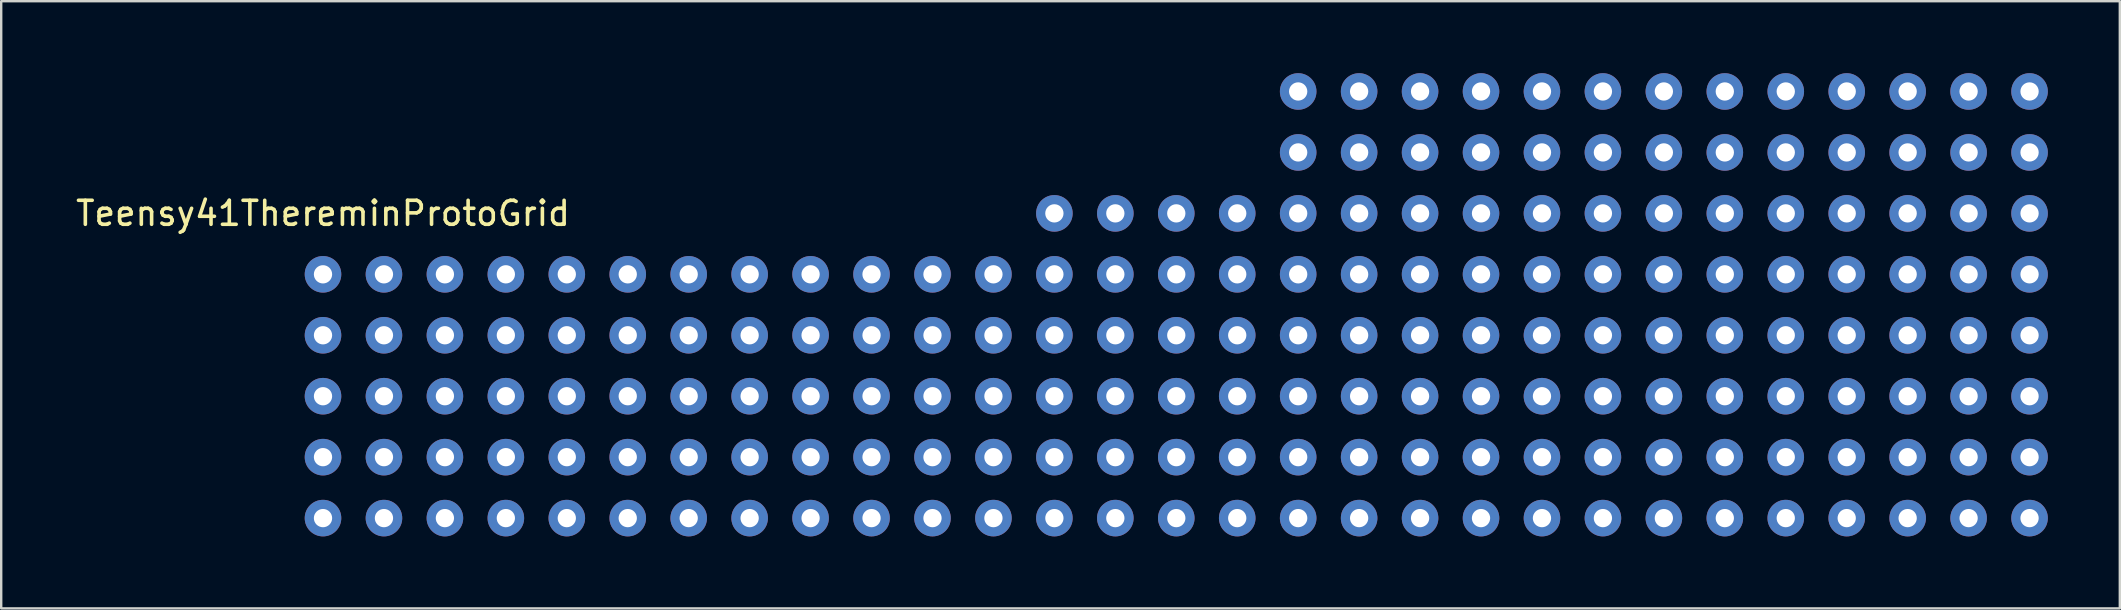
<source format=kicad_pcb>
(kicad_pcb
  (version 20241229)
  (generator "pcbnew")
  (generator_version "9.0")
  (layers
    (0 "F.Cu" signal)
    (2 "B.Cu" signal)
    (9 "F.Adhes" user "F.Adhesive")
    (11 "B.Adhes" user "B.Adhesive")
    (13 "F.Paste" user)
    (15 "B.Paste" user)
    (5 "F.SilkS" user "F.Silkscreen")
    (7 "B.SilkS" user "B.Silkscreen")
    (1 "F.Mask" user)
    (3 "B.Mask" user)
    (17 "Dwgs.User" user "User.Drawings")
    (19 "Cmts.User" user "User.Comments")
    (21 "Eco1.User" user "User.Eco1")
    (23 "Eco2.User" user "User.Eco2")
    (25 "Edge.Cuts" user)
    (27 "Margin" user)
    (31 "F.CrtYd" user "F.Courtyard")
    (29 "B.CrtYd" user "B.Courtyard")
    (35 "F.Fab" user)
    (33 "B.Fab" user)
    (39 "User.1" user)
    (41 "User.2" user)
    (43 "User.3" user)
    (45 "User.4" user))
  (footprint "Teensy41ThereminProtoGrid"
    (layer "F.Cu")
    (at 10.411 8.382)
    (property "Reference" "Teensy41ThereminProtoGrid" (at 0 -2.54 0) (layer "F.SilkS") (effects (font (size 1 1) (thickness 0.15))))
    (attr through_hole)
    (pad "" thru_hole circle (at 0 2.54) (size 1.524 1.524) (drill 0.762) (layers "*.Cu" "*.Mask"))
    (pad "" thru_hole circle (at 0 5.08) (size 1.524 1.524) (drill 0.762) (layers "*.Cu" "*.Mask"))
    (pad "" thru_hole circle (at 0 7.62) (size 1.524 1.524) (drill 0.762) (layers "*.Cu" "*.Mask"))
    (pad "" thru_hole circle (at 0 10.16) (size 1.524 1.524) (drill 0.762) (layers "*.Cu" "*.Mask"))
    (pad "" thru_hole circle (at 2.54 0) (size 1.524 1.524) (drill 0.762) (layers "*.Cu" "*.Mask"))
    (pad "" thru_hole circle (at 10.16 0) (size 1.524 1.524) (drill 0.762) (layers "*.Cu" "*.Mask"))
    (pad "" thru_hole circle (at 17.78 0) (size 1.524 1.524) (drill 0.762) (layers "*.Cu" "*.Mask"))
    (pad "" thru_hole circle (at 25.4 0) (size 1.524 1.524) (drill 0.762) (layers "*.Cu" "*.Mask"))
    (pad "" thru_hole circle (at 33.02 -2.54) (size 1.524 1.524) (drill 0.762) (layers "*.Cu" "*.Mask"))
    (pad "" thru_hole circle (at 33.02 0) (size 1.524 1.524) (drill 0.762) (layers "*.Cu" "*.Mask"))
    (pad "" thru_hole circle (at 40.64 -2.54) (size 1.524 1.524) (drill 0.762) (layers "*.Cu" "*.Mask"))
    (pad "" thru_hole circle (at 40.64 0) (size 1.524 1.524) (drill 0.762) (layers "*.Cu" "*.Mask"))
    (pad "" thru_hole circle (at 45.72 -7.62) (size 1.524 1.524) (drill 0.762) (layers "*.Cu" "*.Mask"))
    (pad "" thru_hole circle (at 45.72 -5.08) (size 1.524 1.524) (drill 0.762) (layers "*.Cu" "*.Mask"))
    (pad "" thru_hole circle (at 50.8 -7.62) (size 1.524 1.524) (drill 0.762) (layers "*.Cu" "*.Mask"))
    (pad "" thru_hole circle (at 50.8 -5.08) (size 1.524 1.524) (drill 0.762) (layers "*.Cu" "*.Mask"))
    (pad "" thru_hole circle (at 50.8 -2.54) (size 1.524 1.524) (drill 0.762) (layers "*.Cu" "*.Mask"))
    (pad "" thru_hole circle (at 50.8 0) (size 1.524 1.524) (drill 0.762) (layers "*.Cu" "*.Mask"))
    (pad "" thru_hole circle (at 58.42 -7.62) (size 1.524 1.524) (drill 0.762) (layers "*.Cu" "*.Mask"))
    (pad "" thru_hole circle (at 58.42 -5.08) (size 1.524 1.524) (drill 0.762) (layers "*.Cu" "*.Mask"))
    (pad "" thru_hole circle (at 58.42 -2.54) (size 1.524 1.524) (drill 0.762) (layers "*.Cu" "*.Mask"))
    (pad "" thru_hole circle (at 58.42 0) (size 1.524 1.524) (drill 0.762) (layers "*.Cu" "*.Mask"))
    (pad "" thru_hole circle (at 66.04 -7.62) (size 1.524 1.524) (drill 0.762) (layers "*.Cu" "*.Mask"))
    (pad "" thru_hole circle (at 66.04 -5.08) (size 1.524 1.524) (drill 0.762) (layers "*.Cu" "*.Mask"))
    (pad "" thru_hole circle (at 66.04 -2.54) (size 1.524 1.524) (drill 0.762) (layers "*.Cu" "*.Mask"))
    (pad "" thru_hole circle (at 66.04 0) (size 1.524 1.524) (drill 0.762) (layers "*.Cu" "*.Mask"))
    (pad "1" thru_hole circle (at 0 0) (size 1.524 1.524) (drill 0.762) (layers "*.Cu" "*.Mask"))
    (pad "~" thru_hole circle (at 2.54 2.54) (size 1.524 1.524) (drill 0.762) (layers "*.Cu" "*.Mask"))
    (pad "~" thru_hole circle (at 2.54 5.08) (size 1.524 1.524) (drill 0.762) (layers "*.Cu" "*.Mask"))
    (pad "~" thru_hole circle (at 2.54 7.62) (size 1.524 1.524) (drill 0.762) (layers "*.Cu" "*.Mask"))
    (pad "~" thru_hole circle (at 2.54 10.16) (size 1.524 1.524) (drill 0.762) (layers "*.Cu" "*.Mask"))
    (pad "~" thru_hole circle (at 5.08 0) (size 1.524 1.524) (drill 0.762) (layers "*.Cu" "*.Mask"))
    (pad "~" thru_hole circle (at 5.08 2.54) (size 1.524 1.524) (drill 0.762) (layers "*.Cu" "*.Mask"))
    (pad "~" thru_hole circle (at 5.08 5.08) (size 1.524 1.524) (drill 0.762) (layers "*.Cu" "*.Mask"))
    (pad "~" thru_hole circle (at 5.08 7.62) (size 1.524 1.524) (drill 0.762) (layers "*.Cu" "*.Mask"))
    (pad "~" thru_hole circle (at 5.08 10.16) (size 1.524 1.524) (drill 0.762) (layers "*.Cu" "*.Mask"))
    (pad "~" thru_hole circle (at 7.62 0) (size 1.524 1.524) (drill 0.762) (layers "*.Cu" "*.Mask"))
    (pad "~" thru_hole circle (at 7.62 2.54) (size 1.524 1.524) (drill 0.762) (layers "*.Cu" "*.Mask"))
    (pad "~" thru_hole circle (at 7.62 5.08) (size 1.524 1.524) (drill 0.762) (layers "*.Cu" "*.Mask"))
    (pad "~" thru_hole circle (at 7.62 7.62) (size 1.524 1.524) (drill 0.762) (layers "*.Cu" "*.Mask"))
    (pad "~" thru_hole circle (at 7.62 10.16) (size 1.524 1.524) (drill 0.762) (layers "*.Cu" "*.Mask"))
    (pad "~" thru_hole circle (at 10.16 2.54) (size 1.524 1.524) (drill 0.762) (layers "*.Cu" "*.Mask"))
    (pad "~" thru_hole circle (at 10.16 5.08) (size 1.524 1.524) (drill 0.762) (layers "*.Cu" "*.Mask"))
    (pad "~" thru_hole circle (at 10.16 7.62) (size 1.524 1.524) (drill 0.762) (layers "*.Cu" "*.Mask"))
    (pad "~" thru_hole circle (at 10.16 10.16) (size 1.524 1.524) (drill 0.762) (layers "*.Cu" "*.Mask"))
    (pad "~" thru_hole circle (at 12.7 0) (size 1.524 1.524) (drill 0.762) (layers "*.Cu" "*.Mask"))
    (pad "~" thru_hole circle (at 12.7 2.54) (size 1.524 1.524) (drill 0.762) (layers "*.Cu" "*.Mask"))
    (pad "~" thru_hole circle (at 12.7 5.08) (size 1.524 1.524) (drill 0.762) (layers "*.Cu" "*.Mask"))
    (pad "~" thru_hole circle (at 12.7 7.62) (size 1.524 1.524) (drill 0.762) (layers "*.Cu" "*.Mask"))
    (pad "~" thru_hole circle (at 12.7 10.16) (size 1.524 1.524) (drill 0.762) (layers "*.Cu" "*.Mask"))
    (pad "~" thru_hole circle (at 15.24 0) (size 1.524 1.524) (drill 0.762) (layers "*.Cu" "*.Mask"))
    (pad "~" thru_hole circle (at 15.24 2.54) (size 1.524 1.524) (drill 0.762) (layers "*.Cu" "*.Mask"))
    (pad "~" thru_hole circle (at 15.24 5.08) (size 1.524 1.524) (drill 0.762) (layers "*.Cu" "*.Mask"))
    (pad "~" thru_hole circle (at 15.24 7.62) (size 1.524 1.524) (drill 0.762) (layers "*.Cu" "*.Mask"))
    (pad "~" thru_hole circle (at 15.24 10.16) (size 1.524 1.524) (drill 0.762) (layers "*.Cu" "*.Mask"))
    (pad "~" thru_hole circle (at 17.78 2.54) (size 1.524 1.524) (drill 0.762) (layers "*.Cu" "*.Mask"))
    (pad "~" thru_hole circle (at 17.78 5.08) (size 1.524 1.524) (drill 0.762) (layers "*.Cu" "*.Mask"))
    (pad "~" thru_hole circle (at 17.78 7.62) (size 1.524 1.524) (drill 0.762) (layers "*.Cu" "*.Mask"))
    (pad "~" thru_hole circle (at 17.78 10.16) (size 1.524 1.524) (drill 0.762) (layers "*.Cu" "*.Mask"))
    (pad "~" thru_hole circle (at 20.32 0) (size 1.524 1.524) (drill 0.762) (layers "*.Cu" "*.Mask"))
    (pad "~" thru_hole circle (at 20.32 2.54) (size 1.524 1.524) (drill 0.762) (layers "*.Cu" "*.Mask"))
    (pad "~" thru_hole circle (at 20.32 5.08) (size 1.524 1.524) (drill 0.762) (layers "*.Cu" "*.Mask"))
    (pad "~" thru_hole circle (at 20.32 7.62) (size 1.524 1.524) (drill 0.762) (layers "*.Cu" "*.Mask"))
    (pad "~" thru_hole circle (at 20.32 10.16) (size 1.524 1.524) (drill 0.762) (layers "*.Cu" "*.Mask"))
    (pad "~" thru_hole circle (at 22.86 0) (size 1.524 1.524) (drill 0.762) (layers "*.Cu" "*.Mask"))
    (pad "~" thru_hole circle (at 22.86 2.54) (size 1.524 1.524) (drill 0.762) (layers "*.Cu" "*.Mask"))
    (pad "~" thru_hole circle (at 22.86 5.08) (size 1.524 1.524) (drill 0.762) (layers "*.Cu" "*.Mask"))
    (pad "~" thru_hole circle (at 22.86 7.62) (size 1.524 1.524) (drill 0.762) (layers "*.Cu" "*.Mask"))
    (pad "~" thru_hole circle (at 22.86 10.16) (size 1.524 1.524) (drill 0.762) (layers "*.Cu" "*.Mask"))
    (pad "~" thru_hole circle (at 25.4 2.54) (size 1.524 1.524) (drill 0.762) (layers "*.Cu" "*.Mask"))
    (pad "~" thru_hole circle (at 25.4 5.08) (size 1.524 1.524) (drill 0.762) (layers "*.Cu" "*.Mask"))
    (pad "~" thru_hole circle (at 25.4 7.62) (size 1.524 1.524) (drill 0.762) (layers "*.Cu" "*.Mask"))
    (pad "~" thru_hole circle (at 25.4 10.16) (size 1.524 1.524) (drill 0.762) (layers "*.Cu" "*.Mask"))
    (pad "~" thru_hole circle (at 27.94 0) (size 1.524 1.524) (drill 0.762) (layers "*.Cu" "*.Mask"))
    (pad "~" thru_hole circle (at 27.94 2.54) (size 1.524 1.524) (drill 0.762) (layers "*.Cu" "*.Mask"))
    (pad "~" thru_hole circle (at 27.94 5.08) (size 1.524 1.524) (drill 0.762) (layers "*.Cu" "*.Mask"))
    (pad "~" thru_hole circle (at 27.94 7.62) (size 1.524 1.524) (drill 0.762) (layers "*.Cu" "*.Mask"))
    (pad "~" thru_hole circle (at 27.94 10.16) (size 1.524 1.524) (drill 0.762) (layers "*.Cu" "*.Mask"))
    (pad "~" thru_hole circle (at 30.48 -2.54) (size 1.524 1.524) (drill 0.762) (layers "*.Cu" "*.Mask"))
    (pad "~" thru_hole circle (at 30.48 0) (size 1.524 1.524) (drill 0.762) (layers "*.Cu" "*.Mask"))
    (pad "~" thru_hole circle (at 30.48 2.54) (size 1.524 1.524) (drill 0.762) (layers "*.Cu" "*.Mask"))
    (pad "~" thru_hole circle (at 30.48 5.08) (size 1.524 1.524) (drill 0.762) (layers "*.Cu" "*.Mask"))
    (pad "~" thru_hole circle (at 30.48 7.62) (size 1.524 1.524) (drill 0.762) (layers "*.Cu" "*.Mask"))
    (pad "~" thru_hole circle (at 30.48 10.16) (size 1.524 1.524) (drill 0.762) (layers "*.Cu" "*.Mask"))
    (pad "~" thru_hole circle (at 33.02 2.54) (size 1.524 1.524) (drill 0.762) (layers "*.Cu" "*.Mask"))
    (pad "~" thru_hole circle (at 33.02 5.08) (size 1.524 1.524) (drill 0.762) (layers "*.Cu" "*.Mask"))
    (pad "~" thru_hole circle (at 33.02 7.62) (size 1.524 1.524) (drill 0.762) (layers "*.Cu" "*.Mask"))
    (pad "~" thru_hole circle (at 33.02 10.16) (size 1.524 1.524) (drill 0.762) (layers "*.Cu" "*.Mask"))
    (pad "~" thru_hole circle (at 35.56 -2.54) (size 1.524 1.524) (drill 0.762) (layers "*.Cu" "*.Mask"))
    (pad "~" thru_hole circle (at 35.56 0) (size 1.524 1.524) (drill 0.762) (layers "*.Cu" "*.Mask"))
    (pad "~" thru_hole circle (at 35.56 2.54) (size 1.524 1.524) (drill 0.762) (layers "*.Cu" "*.Mask"))
    (pad "~" thru_hole circle (at 35.56 5.08) (size 1.524 1.524) (drill 0.762) (layers "*.Cu" "*.Mask"))
    (pad "~" thru_hole circle (at 35.56 7.62) (size 1.524 1.524) (drill 0.762) (layers "*.Cu" "*.Mask"))
    (pad "~" thru_hole circle (at 35.56 10.16) (size 1.524 1.524) (drill 0.762) (layers "*.Cu" "*.Mask"))
    (pad "~" thru_hole circle (at 38.1 -2.54) (size 1.524 1.524) (drill 0.762) (layers "*.Cu" "*.Mask"))
    (pad "~" thru_hole circle (at 38.1 0) (size 1.524 1.524) (drill 0.762) (layers "*.Cu" "*.Mask"))
    (pad "~" thru_hole circle (at 38.1 2.54) (size 1.524 1.524) (drill 0.762) (layers "*.Cu" "*.Mask"))
    (pad "~" thru_hole circle (at 38.1 5.08) (size 1.524 1.524) (drill 0.762) (layers "*.Cu" "*.Mask"))
    (pad "~" thru_hole circle (at 38.1 7.62) (size 1.524 1.524) (drill 0.762) (layers "*.Cu" "*.Mask"))
    (pad "~" thru_hole circle (at 38.1 10.16) (size 1.524 1.524) (drill 0.762) (layers "*.Cu" "*.Mask"))
    (pad "~" thru_hole circle (at 40.64 -7.62) (size 1.524 1.524) (drill 0.762) (layers "*.Cu" "*.Mask"))
    (pad "~" thru_hole circle (at 40.64 -5.08) (size 1.524 1.524) (drill 0.762) (layers "*.Cu" "*.Mask"))
    (pad "~" thru_hole circle (at 40.64 2.54) (size 1.524 1.524) (drill 0.762) (layers "*.Cu" "*.Mask"))
    (pad "~" thru_hole circle (at 40.64 5.08) (size 1.524 1.524) (drill 0.762) (layers "*.Cu" "*.Mask"))
    (pad "~" thru_hole circle (at 40.64 7.62) (size 1.524 1.524) (drill 0.762) (layers "*.Cu" "*.Mask"))
    (pad "~" thru_hole circle (at 40.64 10.16) (size 1.524 1.524) (drill 0.762) (layers "*.Cu" "*.Mask"))
    (pad "~" thru_hole circle (at 43.18 -7.62) (size 1.524 1.524) (drill 0.762) (layers "*.Cu" "*.Mask"))
    (pad "~" thru_hole circle (at 43.18 -5.08) (size 1.524 1.524) (drill 0.762) (layers "*.Cu" "*.Mask"))
    (pad "~" thru_hole circle (at 43.18 -2.54) (size 1.524 1.524) (drill 0.762) (layers "*.Cu" "*.Mask"))
    (pad "~" thru_hole circle (at 43.18 0) (size 1.524 1.524) (drill 0.762) (layers "*.Cu" "*.Mask"))
    (pad "~" thru_hole circle (at 43.18 2.54) (size 1.524 1.524) (drill 0.762) (layers "*.Cu" "*.Mask"))
    (pad "~" thru_hole circle (at 43.18 5.08) (size 1.524 1.524) (drill 0.762) (layers "*.Cu" "*.Mask"))
    (pad "~" thru_hole circle (at 43.18 7.62) (size 1.524 1.524) (drill 0.762) (layers "*.Cu" "*.Mask"))
    (pad "~" thru_hole circle (at 43.18 10.16) (size 1.524 1.524) (drill 0.762) (layers "*.Cu" "*.Mask"))
    (pad "~" thru_hole circle (at 45.72 -2.54) (size 1.524 1.524) (drill 0.762) (layers "*.Cu" "*.Mask"))
    (pad "~" thru_hole circle (at 45.72 0) (size 1.524 1.524) (drill 0.762) (layers "*.Cu" "*.Mask"))
    (pad "~" thru_hole circle (at 45.72 2.54) (size 1.524 1.524) (drill 0.762) (layers "*.Cu" "*.Mask"))
    (pad "~" thru_hole circle (at 45.72 5.08) (size 1.524 1.524) (drill 0.762) (layers "*.Cu" "*.Mask"))
    (pad "~" thru_hole circle (at 45.72 7.62) (size 1.524 1.524) (drill 0.762) (layers "*.Cu" "*.Mask"))
    (pad "~" thru_hole circle (at 45.72 10.16) (size 1.524 1.524) (drill 0.762) (layers "*.Cu" "*.Mask"))
    (pad "~" thru_hole circle (at 48.26 -7.62) (size 1.524 1.524) (drill 0.762) (layers "*.Cu" "*.Mask"))
    (pad "~" thru_hole circle (at 48.26 -5.08) (size 1.524 1.524) (drill 0.762) (layers "*.Cu" "*.Mask"))
    (pad "~" thru_hole circle (at 48.26 -2.54) (size 1.524 1.524) (drill 0.762) (layers "*.Cu" "*.Mask"))
    (pad "~" thru_hole circle (at 48.26 0) (size 1.524 1.524) (drill 0.762) (layers "*.Cu" "*.Mask"))
    (pad "~" thru_hole circle (at 48.26 2.54) (size 1.524 1.524) (drill 0.762) (layers "*.Cu" "*.Mask"))
    (pad "~" thru_hole circle (at 48.26 5.08) (size 1.524 1.524) (drill 0.762) (layers "*.Cu" "*.Mask"))
    (pad "~" thru_hole circle (at 48.26 7.62) (size 1.524 1.524) (drill 0.762) (layers "*.Cu" "*.Mask"))
    (pad "~" thru_hole circle (at 48.26 10.16) (size 1.524 1.524) (drill 0.762) (layers "*.Cu" "*.Mask"))
    (pad "~" thru_hole circle (at 50.8 2.54) (size 1.524 1.524) (drill 0.762) (layers "*.Cu" "*.Mask"))
    (pad "~" thru_hole circle (at 50.8 5.08) (size 1.524 1.524) (drill 0.762) (layers "*.Cu" "*.Mask"))
    (pad "~" thru_hole circle (at 50.8 7.62) (size 1.524 1.524) (drill 0.762) (layers "*.Cu" "*.Mask"))
    (pad "~" thru_hole circle (at 50.8 10.16) (size 1.524 1.524) (drill 0.762) (layers "*.Cu" "*.Mask"))
    (pad "~" thru_hole circle (at 53.34 -7.62) (size 1.524 1.524) (drill 0.762) (layers "*.Cu" "*.Mask"))
    (pad "~" thru_hole circle (at 53.34 -5.08) (size 1.524 1.524) (drill 0.762) (layers "*.Cu" "*.Mask"))
    (pad "~" thru_hole circle (at 53.34 -2.54) (size 1.524 1.524) (drill 0.762) (layers "*.Cu" "*.Mask"))
    (pad "~" thru_hole circle (at 53.34 0) (size 1.524 1.524) (drill 0.762) (layers "*.Cu" "*.Mask"))
    (pad "~" thru_hole circle (at 53.34 2.54) (size 1.524 1.524) (drill 0.762) (layers "*.Cu" "*.Mask"))
    (pad "~" thru_hole circle (at 53.34 5.08) (size 1.524 1.524) (drill 0.762) (layers "*.Cu" "*.Mask"))
    (pad "~" thru_hole circle (at 53.34 7.62) (size 1.524 1.524) (drill 0.762) (layers "*.Cu" "*.Mask"))
    (pad "~" thru_hole circle (at 53.34 10.16) (size 1.524 1.524) (drill 0.762) (layers "*.Cu" "*.Mask"))
    (pad "~" thru_hole circle (at 55.88 -7.62) (size 1.524 1.524) (drill 0.762) (layers "*.Cu" "*.Mask"))
    (pad "~" thru_hole circle (at 55.88 -5.08) (size 1.524 1.524) (drill 0.762) (layers "*.Cu" "*.Mask"))
    (pad "~" thru_hole circle (at 55.88 -2.54) (size 1.524 1.524) (drill 0.762) (layers "*.Cu" "*.Mask"))
    (pad "~" thru_hole circle (at 55.88 0) (size 1.524 1.524) (drill 0.762) (layers "*.Cu" "*.Mask"))
    (pad "~" thru_hole circle (at 55.88 2.54) (size 1.524 1.524) (drill 0.762) (layers "*.Cu" "*.Mask"))
    (pad "~" thru_hole circle (at 55.88 5.08) (size 1.524 1.524) (drill 0.762) (layers "*.Cu" "*.Mask"))
    (pad "~" thru_hole circle (at 55.88 7.62) (size 1.524 1.524) (drill 0.762) (layers "*.Cu" "*.Mask"))
    (pad "~" thru_hole circle (at 55.88 10.16) (size 1.524 1.524) (drill 0.762) (layers "*.Cu" "*.Mask"))
    (pad "~" thru_hole circle (at 58.42 2.54) (size 1.524 1.524) (drill 0.762) (layers "*.Cu" "*.Mask"))
    (pad "~" thru_hole circle (at 58.42 5.08) (size 1.524 1.524) (drill 0.762) (layers "*.Cu" "*.Mask"))
    (pad "~" thru_hole circle (at 58.42 7.62) (size 1.524 1.524) (drill 0.762) (layers "*.Cu" "*.Mask"))
    (pad "~" thru_hole circle (at 58.42 10.16) (size 1.524 1.524) (drill 0.762) (layers "*.Cu" "*.Mask"))
    (pad "~" thru_hole circle (at 60.96 -7.62) (size 1.524 1.524) (drill 0.762) (layers "*.Cu" "*.Mask"))
    (pad "~" thru_hole circle (at 60.96 -5.08) (size 1.524 1.524) (drill 0.762) (layers "*.Cu" "*.Mask"))
    (pad "~" thru_hole circle (at 60.96 -2.54) (size 1.524 1.524) (drill 0.762) (layers "*.Cu" "*.Mask"))
    (pad "~" thru_hole circle (at 60.96 0) (size 1.524 1.524) (drill 0.762) (layers "*.Cu" "*.Mask"))
    (pad "~" thru_hole circle (at 60.96 2.54) (size 1.524 1.524) (drill 0.762) (layers "*.Cu" "*.Mask"))
    (pad "~" thru_hole circle (at 60.96 5.08) (size 1.524 1.524) (drill 0.762) (layers "*.Cu" "*.Mask"))
    (pad "~" thru_hole circle (at 60.96 7.62) (size 1.524 1.524) (drill 0.762) (layers "*.Cu" "*.Mask"))
    (pad "~" thru_hole circle (at 60.96 10.16) (size 1.524 1.524) (drill 0.762) (layers "*.Cu" "*.Mask"))
    (pad "~" thru_hole circle (at 63.5 -7.62) (size 1.524 1.524) (drill 0.762) (layers "*.Cu" "*.Mask"))
    (pad "~" thru_hole circle (at 63.5 -5.08) (size 1.524 1.524) (drill 0.762) (layers "*.Cu" "*.Mask"))
    (pad "~" thru_hole circle (at 63.5 -2.54) (size 1.524 1.524) (drill 0.762) (layers "*.Cu" "*.Mask"))
    (pad "~" thru_hole circle (at 63.5 0) (size 1.524 1.524) (drill 0.762) (layers "*.Cu" "*.Mask"))
    (pad "~" thru_hole circle (at 63.5 2.54) (size 1.524 1.524) (drill 0.762) (layers "*.Cu" "*.Mask"))
    (pad "~" thru_hole circle (at 63.5 5.08) (size 1.524 1.524) (drill 0.762) (layers "*.Cu" "*.Mask"))
    (pad "~" thru_hole circle (at 63.5 7.62) (size 1.524 1.524) (drill 0.762) (layers "*.Cu" "*.Mask"))
    (pad "~" thru_hole circle (at 63.5 10.16) (size 1.524 1.524) (drill 0.762) (layers "*.Cu" "*.Mask"))
    (pad "~" thru_hole circle (at 66.04 2.54) (size 1.524 1.524) (drill 0.762) (layers "*.Cu" "*.Mask"))
    (pad "~" thru_hole circle (at 66.04 5.08) (size 1.524 1.524) (drill 0.762) (layers "*.Cu" "*.Mask"))
    (pad "~" thru_hole circle (at 66.04 7.62) (size 1.524 1.524) (drill 0.762) (layers "*.Cu" "*.Mask"))
    (pad "~" thru_hole circle (at 66.04 10.16) (size 1.524 1.524) (drill 0.762) (layers "*.Cu" "*.Mask"))
    (pad "~" thru_hole circle (at 68.58 -7.62) (size 1.524 1.524) (drill 0.762) (layers "*.Cu" "*.Mask"))
    (pad "~" thru_hole circle (at 68.58 -5.08) (size 1.524 1.524) (drill 0.762) (layers "*.Cu" "*.Mask"))
    (pad "~" thru_hole circle (at 68.58 -2.54) (size 1.524 1.524) (drill 0.762) (layers "*.Cu" "*.Mask"))
    (pad "~" thru_hole circle (at 68.58 0) (size 1.524 1.524) (drill 0.762) (layers "*.Cu" "*.Mask"))
    (pad "~" thru_hole circle (at 68.58 2.54) (size 1.524 1.524) (drill 0.762) (layers "*.Cu" "*.Mask"))
    (pad "~" thru_hole circle (at 68.58 5.08) (size 1.524 1.524) (drill 0.762) (layers "*.Cu" "*.Mask"))
    (pad "~" thru_hole circle (at 68.58 7.62) (size 1.524 1.524) (drill 0.762) (layers "*.Cu" "*.Mask"))
    (pad "~" thru_hole circle (at 68.58 10.16) (size 1.524 1.524) (drill 0.762) (layers "*.Cu" "*.Mask"))
    (pad "~" thru_hole circle (at 71.12 -7.62) (size 1.524 1.524) (drill 0.762) (layers "*.Cu" "*.Mask"))
    (pad "~" thru_hole circle (at 71.12 -5.08) (size 1.524 1.524) (drill 0.762) (layers "*.Cu" "*.Mask"))
    (pad "~" thru_hole circle (at 71.12 -2.54) (size 1.524 1.524) (drill 0.762) (layers "*.Cu" "*.Mask"))
    (pad "~" thru_hole circle (at 71.12 0) (size 1.524 1.524) (drill 0.762) (layers "*.Cu" "*.Mask"))
    (pad "~" thru_hole circle (at 71.12 2.54) (size 1.524 1.524) (drill 0.762) (layers "*.Cu" "*.Mask"))
    (pad "~" thru_hole circle (at 71.12 5.08) (size 1.524 1.524) (drill 0.762) (layers "*.Cu" "*.Mask"))
    (pad "~" thru_hole circle (at 71.12 7.62) (size 1.524 1.524) (drill 0.762) (layers "*.Cu" "*.Mask"))
    (pad "~" thru_hole circle (at 71.12 10.16) (size 1.524 1.524) (drill 0.762) (layers "*.Cu" "*.Mask")))
  (gr_rect
    (start -3 -3)
    (end 85.293 22.304)
    (stroke (width 0.1) (type default))
    (fill no)
    (layer "Edge.Cuts")))
</source>
